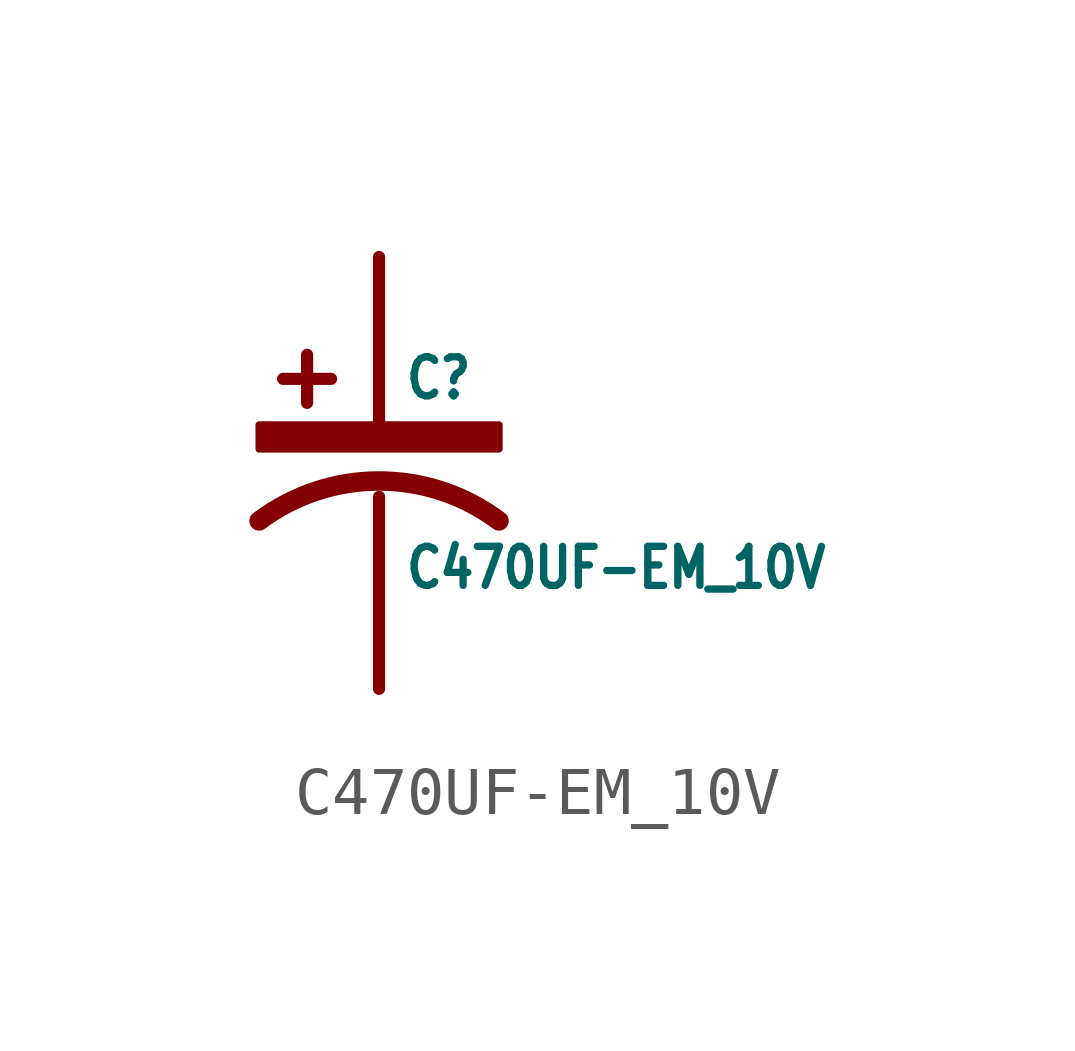
<source format=kicad_sym>
(kicad_symbol_lib
  (version 20211014)
  (generator kicad_symbol_editor)
  (symbol "C470UF-EM_10V"
    (property "Reference" "C"
      (at 0.5 1.5 0)
      (effects (font (size 0.813 0.691)) (justify left bottom)))
    (property "Value" "C470UF-EM_10V"
      (at 0.5 -1.5 0)
      (effects (font (size 0.813 0.691)) (justify left top)))
    (property "ki_locked" ""
      (at 0 0 0)
      (effects (font (size 1.27 1.27))))
    (symbol "C470UF-EM_10V_1_0"
      (rectangle (start -2.5 0.5) (end 2.5 1) (stroke (width 0) (type default) (color 0 0 0 0)) (fill (type outline)))
      (polyline (pts (xy -2 1.96) (xy -1 1.96)) (stroke (width 0.254) (type default) (color 0 0 0 0)) (fill (type none)))
      (polyline (pts (xy -1.5 2.46) (xy -1.5 1.46)) (stroke (width 0.254) (type default) (color 0 0 0 0)) (fill (type none)))
      (polyline (pts (xy 0 -0.5) (xy 0 -4.5)) (stroke (width 0.254) (type default) (color 0 0 0 0)) (fill (type none)))
      (polyline (pts (xy 0 1) (xy 0 4.5)) (stroke (width 0.254) (type default) (color 0 0 0 0)) (fill (type none)))
      (arc (start 2.5 -1) (mid 0 -0.1683) (end -2.5 -1) (stroke (width 0.4064) (type default) (color 0 0 0 0)) (fill (type none)))
      (pin passive line (at 0 4.5 270) (length 0) (name "+" (effects (font (size 0 0)))) (number "1+" (effects (font (size 0 0)))))
      (pin bidirectional line (at 0 -4.5 90) (length 0) (name "-" (effects (font (size 0 0)))) (number "2-" (effects (font (size 0 0))))))))
</source>
